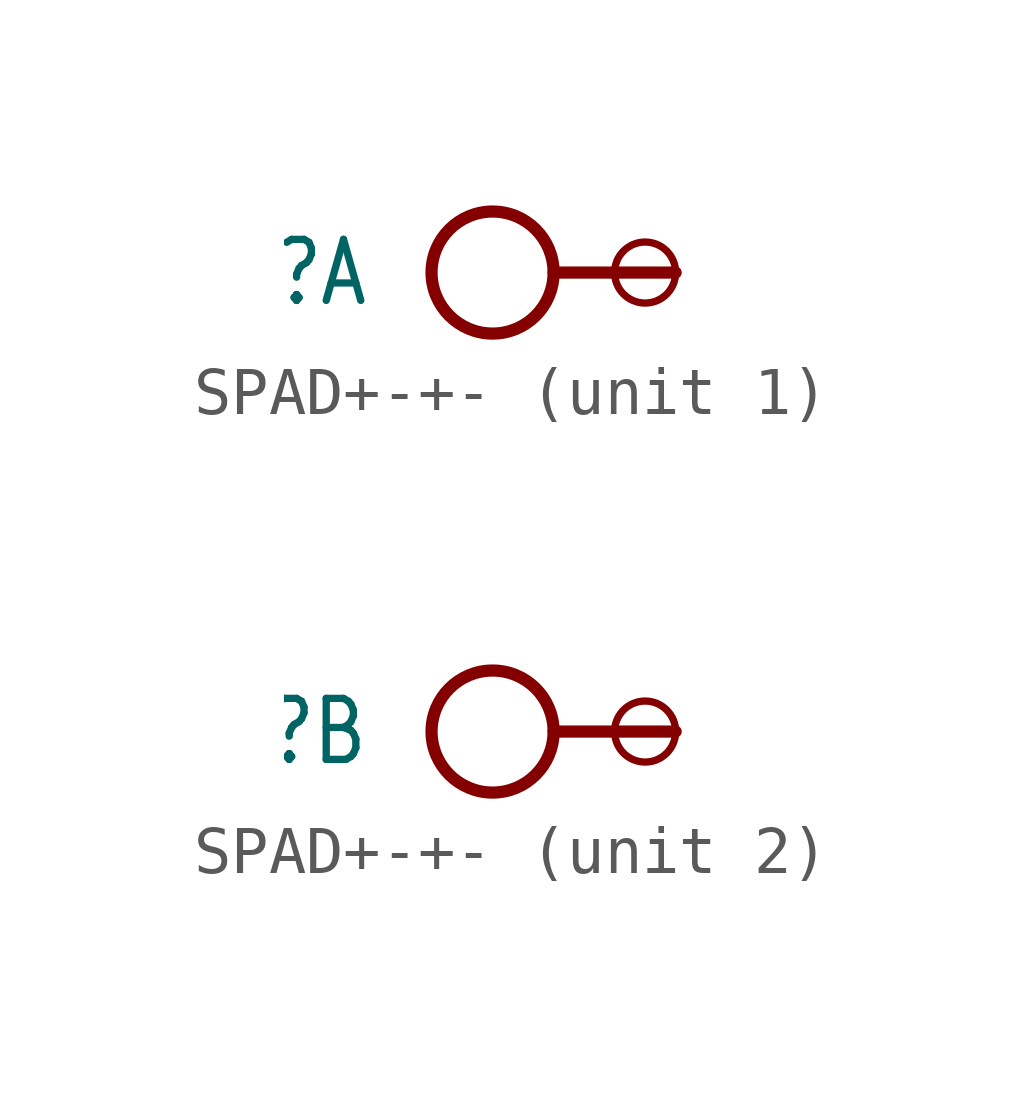
<source format=kicad_sym>
(kicad_symbol_lib
  (version 20201005)
  (generator kicad_symbol_editor)
  (symbol "SPAD+-+-"
    (property "Reference" "J"
      (at -6.35 0 0)
      (effects (font (size 1.27 1.079)) (justify right)))
    (property "ki_locked" ""
      (at 0 0 0)
      (effects (font (size 1.27 1.27))))
    (symbol "SPAD+-+-_1_0"
      (circle (center -3.81 0) (radius 1.27) (stroke (width 0.254)) (fill (type none)))
      (polyline (pts (xy 0 0) (xy -2.54 0)) (stroke (width 0.254)) (fill (type none)))
      (pin passive inverted (at 0 0 0) (length 0) (name "P$1" (effects (font (size 0 0)))) (number "1" (effects (font (size 0 0))))))
    (symbol "SPAD+-+-_2_0"
      (circle (center -3.81 0) (radius 1.27) (stroke (width 0.254)) (fill (type none)))
      (polyline (pts (xy 0 0) (xy -2.54 0)) (stroke (width 0.254)) (fill (type none)))
      (pin passive inverted (at 0 0 0) (length 0) (name "P$1" (effects (font (size 0 0)))) (number "2" (effects (font (size 0 0))))))))
</source>
